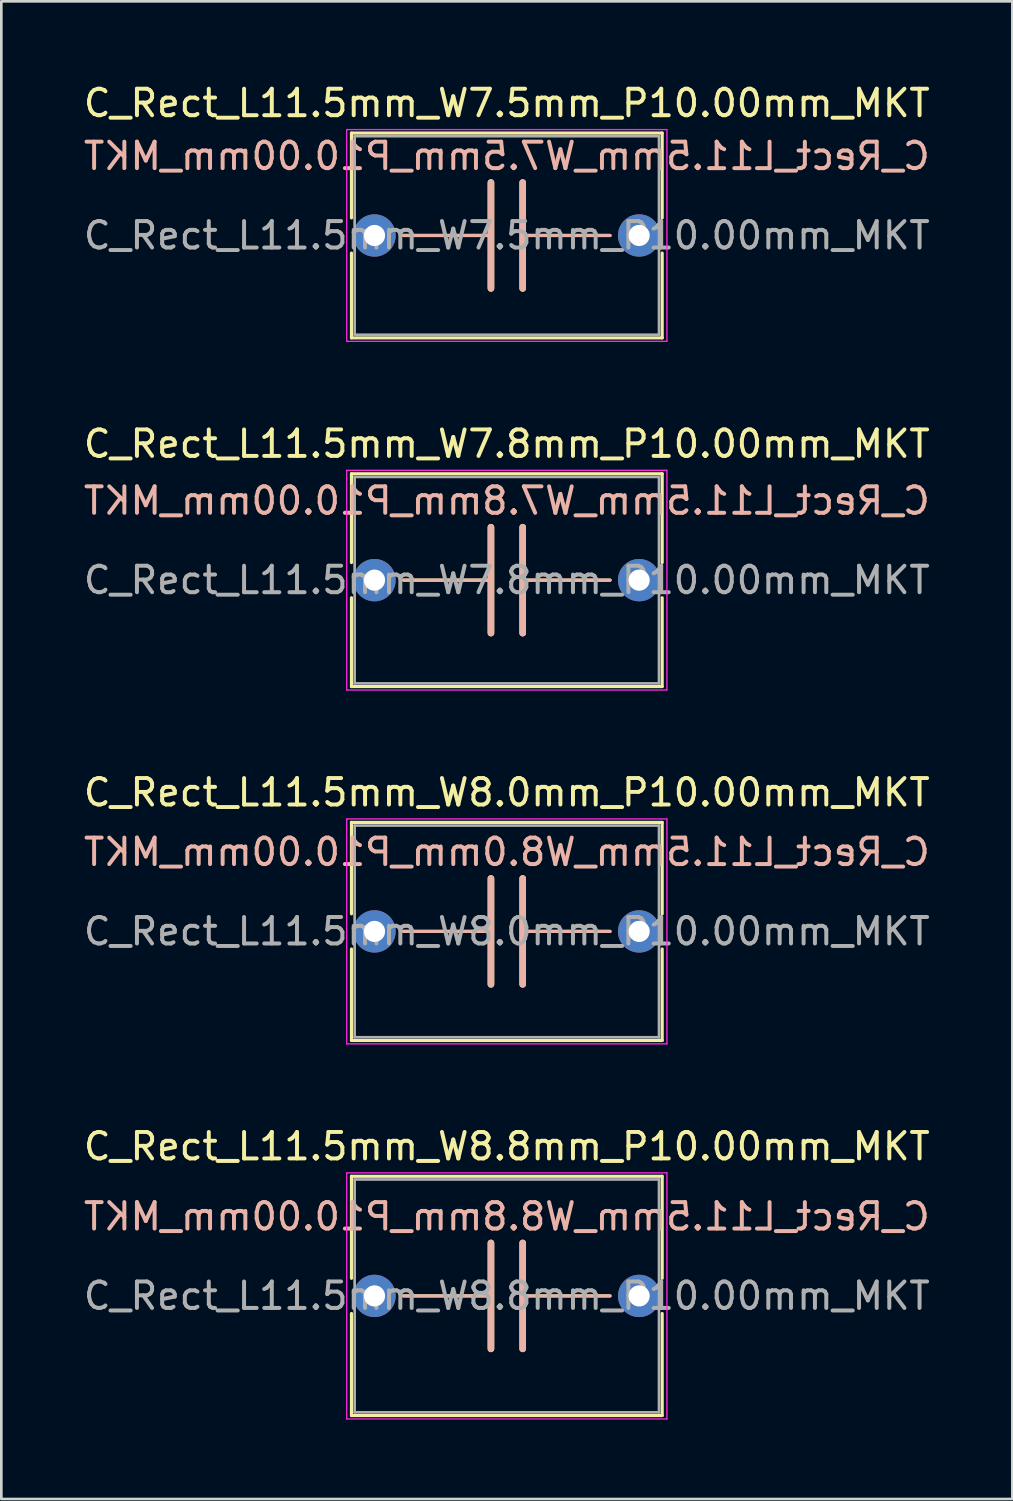
<source format=kicad_pcb>
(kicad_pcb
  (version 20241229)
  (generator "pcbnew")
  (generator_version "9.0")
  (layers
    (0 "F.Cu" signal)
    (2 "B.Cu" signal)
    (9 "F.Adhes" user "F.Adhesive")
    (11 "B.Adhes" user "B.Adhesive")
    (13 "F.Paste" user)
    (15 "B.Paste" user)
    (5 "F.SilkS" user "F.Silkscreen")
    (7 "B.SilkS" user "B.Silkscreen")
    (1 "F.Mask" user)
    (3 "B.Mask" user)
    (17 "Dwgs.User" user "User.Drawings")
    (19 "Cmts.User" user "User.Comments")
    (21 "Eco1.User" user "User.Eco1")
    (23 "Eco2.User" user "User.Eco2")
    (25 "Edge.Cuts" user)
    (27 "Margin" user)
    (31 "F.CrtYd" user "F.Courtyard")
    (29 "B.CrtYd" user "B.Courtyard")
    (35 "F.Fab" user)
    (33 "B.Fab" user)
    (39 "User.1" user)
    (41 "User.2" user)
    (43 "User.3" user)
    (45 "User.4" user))
  (footprint "C_Rect_L11.5mm_W7.8mm_P10.00mm_MKT"
    (layer "F.Cu")
    (at 11.101 18.872)
    (property "Reference" "C_Rect_L11.5mm_W7.8mm_P10.00mm_MKT" (at 5 -5.15 0) (layer "F.SilkS") (effects (font (size 1 1) (thickness 0.15))))
    (fp_line (start -0.87 -4.02) (end -0.87 -0.665) (stroke (width 0.12) (type solid)) (layer "F.SilkS"))
    (fp_line (start -0.87 -4.02) (end 10.87 -4.02) (stroke (width 0.12) (type solid)) (layer "F.SilkS"))
    (fp_line (start -0.87 0.665) (end -0.87 4.02) (stroke (width 0.12) (type solid)) (layer "F.SilkS"))
    (fp_line (start -0.87 4.02) (end 10.87 4.02) (stroke (width 0.12) (type solid)) (layer "F.SilkS"))
    (fp_line (start 1.1 0) (end 4.4 0) (stroke (width 0.12) (type solid)) (layer "F.SilkS"))
    (fp_line (start 4.4 2) (end 4.4 -2) (stroke (width 0.25) (type solid)) (layer "F.SilkS"))
    (fp_line (start 5.6 2) (end 5.6 -2) (stroke (width 0.25) (type solid)) (layer "F.SilkS"))
    (fp_line (start 8.9 0) (end 5.6 0) (stroke (width 0.12) (type solid)) (layer "F.SilkS"))
    (fp_line (start 10.87 -4.02) (end 10.87 -0.665) (stroke (width 0.12) (type solid)) (layer "F.SilkS"))
    (fp_line (start 10.87 0.665) (end 10.87 4.02) (stroke (width 0.12) (type solid)) (layer "F.SilkS"))
    (fp_line (start 1.1 0) (end 4.4 0) (stroke (width 0.12) (type solid)) (layer "B.SilkS"))
    (fp_line (start 4.4 -2) (end 4.4 2) (stroke (width 0.25) (type solid)) (layer "B.SilkS"))
    (fp_line (start 5.6 -2) (end 5.6 2) (stroke (width 0.25) (type solid)) (layer "B.SilkS"))
    (fp_line (start 8.9 0) (end 5.6 0) (stroke (width 0.12) (type solid)) (layer "B.SilkS"))
    (fp_line (start -1.05 -4.15) (end -1.05 4.15) (stroke (width 0.05) (type solid)) (layer "F.CrtYd"))
    (fp_line (start -1.05 4.15) (end 11.05 4.15) (stroke (width 0.05) (type solid)) (layer "F.CrtYd"))
    (fp_line (start 11.05 -4.15) (end -1.05 -4.15) (stroke (width 0.05) (type solid)) (layer "F.CrtYd"))
    (fp_line (start 11.05 4.15) (end 11.05 -4.15) (stroke (width 0.05) (type solid)) (layer "F.CrtYd"))
    (fp_line (start -0.75 -3.9) (end -0.75 3.9) (stroke (width 0.1) (type solid)) (layer "F.Fab"))
    (fp_line (start -0.75 3.9) (end 10.75 3.9) (stroke (width 0.1) (type solid)) (layer "F.Fab"))
    (fp_line (start 10.75 -3.9) (end -0.75 -3.9) (stroke (width 0.1) (type solid)) (layer "F.Fab"))
    (fp_line (start 10.75 3.9) (end 10.75 -3.9) (stroke (width 0.1) (type solid)) (layer "F.Fab"))
    (fp_text user "${REFERENCE}" (at 5 -3 0) (layer "B.SilkS") (effects (font (size 1 1) (thickness 0.15)) (justify mirror)))
    (fp_text user "${REFERENCE}" (at 5 0 0) (layer "F.Fab") (effects (font (size 1 1) (thickness 0.15))))
    (pad "1" thru_hole circle (at 0 0) (size 1.6 1.6) (drill 0.8) (layers "*.Cu" "*.Mask"))
    (pad "2" thru_hole circle (at 10 0) (size 1.6 1.6) (drill 0.8) (layers "*.Cu" "*.Mask")))
  (footprint "C_Rect_L11.5mm_W8.8mm_P10.00mm_MKT"
    (layer "F.Cu")
    (at 11.101 45.918)
    (property "Reference" "C_Rect_L11.5mm_W8.8mm_P10.00mm_MKT" (at 5 -5.65 0) (layer "F.SilkS") (effects (font (size 1 1) (thickness 0.15))))
    (fp_line (start -0.87 -4.52) (end -0.87 -0.665) (stroke (width 0.12) (type solid)) (layer "F.SilkS"))
    (fp_line (start -0.87 -4.52) (end 10.87 -4.52) (stroke (width 0.12) (type solid)) (layer "F.SilkS"))
    (fp_line (start -0.87 0.665) (end -0.87 4.52) (stroke (width 0.12) (type solid)) (layer "F.SilkS"))
    (fp_line (start -0.87 4.52) (end 10.87 4.52) (stroke (width 0.12) (type solid)) (layer "F.SilkS"))
    (fp_line (start 1.1 0) (end 4.4 0) (stroke (width 0.12) (type solid)) (layer "F.SilkS"))
    (fp_line (start 4.4 2) (end 4.4 -2) (stroke (width 0.25) (type solid)) (layer "F.SilkS"))
    (fp_line (start 5.6 2) (end 5.6 -2) (stroke (width 0.25) (type solid)) (layer "F.SilkS"))
    (fp_line (start 8.9 0) (end 5.6 0) (stroke (width 0.12) (type solid)) (layer "F.SilkS"))
    (fp_line (start 10.87 -4.52) (end 10.87 -0.665) (stroke (width 0.12) (type solid)) (layer "F.SilkS"))
    (fp_line (start 10.87 0.665) (end 10.87 4.52) (stroke (width 0.12) (type solid)) (layer "F.SilkS"))
    (fp_line (start 1.1 0) (end 4.4 0) (stroke (width 0.12) (type solid)) (layer "B.SilkS"))
    (fp_line (start 4.4 -2) (end 4.4 2) (stroke (width 0.25) (type solid)) (layer "B.SilkS"))
    (fp_line (start 5.6 -2) (end 5.6 2) (stroke (width 0.25) (type solid)) (layer "B.SilkS"))
    (fp_line (start 8.9 0) (end 5.6 0) (stroke (width 0.12) (type solid)) (layer "B.SilkS"))
    (fp_line (start -1.05 -4.65) (end -1.05 4.65) (stroke (width 0.05) (type solid)) (layer "F.CrtYd"))
    (fp_line (start -1.05 4.65) (end 11.05 4.65) (stroke (width 0.05) (type solid)) (layer "F.CrtYd"))
    (fp_line (start 11.05 -4.65) (end -1.05 -4.65) (stroke (width 0.05) (type solid)) (layer "F.CrtYd"))
    (fp_line (start 11.05 4.65) (end 11.05 -4.65) (stroke (width 0.05) (type solid)) (layer "F.CrtYd"))
    (fp_line (start -0.75 -4.4) (end -0.75 4.4) (stroke (width 0.1) (type solid)) (layer "F.Fab"))
    (fp_line (start -0.75 4.4) (end 10.75 4.4) (stroke (width 0.1) (type solid)) (layer "F.Fab"))
    (fp_line (start 10.75 -4.4) (end -0.75 -4.4) (stroke (width 0.1) (type solid)) (layer "F.Fab"))
    (fp_line (start 10.75 4.4) (end 10.75 -4.4) (stroke (width 0.1) (type solid)) (layer "F.Fab"))
    (fp_text user "${REFERENCE}" (at 5 -3 0) (layer "B.SilkS") (effects (font (size 1 1) (thickness 0.15)) (justify mirror)))
    (fp_text user "${REFERENCE}" (at 5 0 0) (layer "F.Fab") (effects (font (size 1 1) (thickness 0.15))))
    (pad "1" thru_hole circle (at 0 0) (size 1.6 1.6) (drill 0.8) (layers "*.Cu" "*.Mask"))
    (pad "2" thru_hole circle (at 10 0) (size 1.6 1.6) (drill 0.8) (layers "*.Cu" "*.Mask")))
  (footprint "C_Rect_L11.5mm_W7.5mm_P10.00mm_MKT"
    (layer "F.Cu")
    (at 11.101 5.848)
    (property "Reference" "C_Rect_L11.5mm_W7.5mm_P10.00mm_MKT" (at 5 -5 0) (layer "F.SilkS") (effects (font (size 1 1) (thickness 0.15))))
    (fp_line (start -0.87 -3.87) (end -0.87 -0.665) (stroke (width 0.12) (type solid)) (layer "F.SilkS"))
    (fp_line (start -0.87 -3.87) (end 10.87 -3.87) (stroke (width 0.12) (type solid)) (layer "F.SilkS"))
    (fp_line (start -0.87 0.665) (end -0.87 3.87) (stroke (width 0.12) (type solid)) (layer "F.SilkS"))
    (fp_line (start -0.87 3.87) (end 10.87 3.87) (stroke (width 0.12) (type solid)) (layer "F.SilkS"))
    (fp_line (start 1.1 0) (end 4.4 0) (stroke (width 0.12) (type solid)) (layer "F.SilkS"))
    (fp_line (start 4.4 2) (end 4.4 -2) (stroke (width 0.25) (type solid)) (layer "F.SilkS"))
    (fp_line (start 5.6 2) (end 5.6 -2) (stroke (width 0.25) (type solid)) (layer "F.SilkS"))
    (fp_line (start 8.9 0) (end 5.6 0) (stroke (width 0.12) (type solid)) (layer "F.SilkS"))
    (fp_line (start 10.87 -3.87) (end 10.87 -0.665) (stroke (width 0.12) (type solid)) (layer "F.SilkS"))
    (fp_line (start 10.87 0.665) (end 10.87 3.87) (stroke (width 0.12) (type solid)) (layer "F.SilkS"))
    (fp_line (start 1.1 0) (end 4.4 0) (stroke (width 0.12) (type solid)) (layer "B.SilkS"))
    (fp_line (start 4.4 -2) (end 4.4 2) (stroke (width 0.25) (type solid)) (layer "B.SilkS"))
    (fp_line (start 5.6 -2) (end 5.6 2) (stroke (width 0.25) (type solid)) (layer "B.SilkS"))
    (fp_line (start 8.9 0) (end 5.6 0) (stroke (width 0.12) (type solid)) (layer "B.SilkS"))
    (fp_line (start -1.05 -4) (end -1.05 4) (stroke (width 0.05) (type solid)) (layer "F.CrtYd"))
    (fp_line (start -1.05 4) (end 11.05 4) (stroke (width 0.05) (type solid)) (layer "F.CrtYd"))
    (fp_line (start 11.05 -4) (end -1.05 -4) (stroke (width 0.05) (type solid)) (layer "F.CrtYd"))
    (fp_line (start 11.05 4) (end 11.05 -4) (stroke (width 0.05) (type solid)) (layer "F.CrtYd"))
    (fp_line (start -0.75 -3.75) (end -0.75 3.75) (stroke (width 0.1) (type solid)) (layer "F.Fab"))
    (fp_line (start -0.75 3.75) (end 10.75 3.75) (stroke (width 0.1) (type solid)) (layer "F.Fab"))
    (fp_line (start 10.75 -3.75) (end -0.75 -3.75) (stroke (width 0.1) (type solid)) (layer "F.Fab"))
    (fp_line (start 10.75 3.75) (end 10.75 -3.75) (stroke (width 0.1) (type solid)) (layer "F.Fab"))
    (fp_text user "${REFERENCE}" (at 5 -3 0) (layer "B.SilkS") (effects (font (size 1 1) (thickness 0.15)) (justify mirror)))
    (fp_text user "${REFERENCE}" (at 5 0 0) (layer "F.Fab") (effects (font (size 1 1) (thickness 0.15))))
    (pad "1" thru_hole circle (at 0 0) (size 1.6 1.6) (drill 0.8) (layers "*.Cu" "*.Mask"))
    (pad "2" thru_hole circle (at 10 0) (size 1.6 1.6) (drill 0.8) (layers "*.Cu" "*.Mask")))
  (footprint "C_Rect_L11.5mm_W8.0mm_P10.00mm_MKT"
    (layer "F.Cu")
    (at 11.101 32.145)
    (property "Reference" "C_Rect_L11.5mm_W8.0mm_P10.00mm_MKT" (at 5 -5.25 0) (layer "F.SilkS") (effects (font (size 1 1) (thickness 0.15))))
    (fp_line (start -0.87 -4.12) (end -0.87 -0.665) (stroke (width 0.12) (type solid)) (layer "F.SilkS"))
    (fp_line (start -0.87 -4.12) (end 10.87 -4.12) (stroke (width 0.12) (type solid)) (layer "F.SilkS"))
    (fp_line (start -0.87 0.665) (end -0.87 4.12) (stroke (width 0.12) (type solid)) (layer "F.SilkS"))
    (fp_line (start -0.87 4.12) (end 10.87 4.12) (stroke (width 0.12) (type solid)) (layer "F.SilkS"))
    (fp_line (start 1.1 0) (end 4.4 0) (stroke (width 0.12) (type solid)) (layer "F.SilkS"))
    (fp_line (start 4.4 2) (end 4.4 -2) (stroke (width 0.25) (type solid)) (layer "F.SilkS"))
    (fp_line (start 5.6 2) (end 5.6 -2) (stroke (width 0.25) (type solid)) (layer "F.SilkS"))
    (fp_line (start 8.9 0) (end 5.6 0) (stroke (width 0.12) (type solid)) (layer "F.SilkS"))
    (fp_line (start 10.87 -4.12) (end 10.87 -0.665) (stroke (width 0.12) (type solid)) (layer "F.SilkS"))
    (fp_line (start 10.87 0.665) (end 10.87 4.12) (stroke (width 0.12) (type solid)) (layer "F.SilkS"))
    (fp_line (start 1.1 0) (end 4.4 0) (stroke (width 0.12) (type solid)) (layer "B.SilkS"))
    (fp_line (start 4.4 -2) (end 4.4 2) (stroke (width 0.25) (type solid)) (layer "B.SilkS"))
    (fp_line (start 5.6 -2) (end 5.6 2) (stroke (width 0.25) (type solid)) (layer "B.SilkS"))
    (fp_line (start 8.9 0) (end 5.6 0) (stroke (width 0.12) (type solid)) (layer "B.SilkS"))
    (fp_line (start -1.05 -4.25) (end -1.05 4.25) (stroke (width 0.05) (type solid)) (layer "F.CrtYd"))
    (fp_line (start -1.05 4.25) (end 11.05 4.25) (stroke (width 0.05) (type solid)) (layer "F.CrtYd"))
    (fp_line (start 11.05 -4.25) (end -1.05 -4.25) (stroke (width 0.05) (type solid)) (layer "F.CrtYd"))
    (fp_line (start 11.05 4.25) (end 11.05 -4.25) (stroke (width 0.05) (type solid)) (layer "F.CrtYd"))
    (fp_line (start -0.75 -4) (end -0.75 4) (stroke (width 0.1) (type solid)) (layer "F.Fab"))
    (fp_line (start -0.75 4) (end 10.75 4) (stroke (width 0.1) (type solid)) (layer "F.Fab"))
    (fp_line (start 10.75 -4) (end -0.75 -4) (stroke (width 0.1) (type solid)) (layer "F.Fab"))
    (fp_line (start 10.75 4) (end 10.75 -4) (stroke (width 0.1) (type solid)) (layer "F.Fab"))
    (fp_text user "${REFERENCE}" (at 5 -3 0) (layer "B.SilkS") (effects (font (size 1 1) (thickness 0.15)) (justify mirror)))
    (fp_text user "${REFERENCE}" (at 5 0 0) (layer "F.Fab") (effects (font (size 1 1) (thickness 0.15))))
    (pad "1" thru_hole circle (at 0 0) (size 1.6 1.6) (drill 0.8) (layers "*.Cu" "*.Mask"))
    (pad "2" thru_hole circle (at 10 0) (size 1.6 1.6) (drill 0.8) (layers "*.Cu" "*.Mask")))
  (gr_rect
    (start -3 -3)
    (end 35.202 53.593)
    (stroke (width 0.1) (type default))
    (fill no)
    (layer "Edge.Cuts")))
</source>
